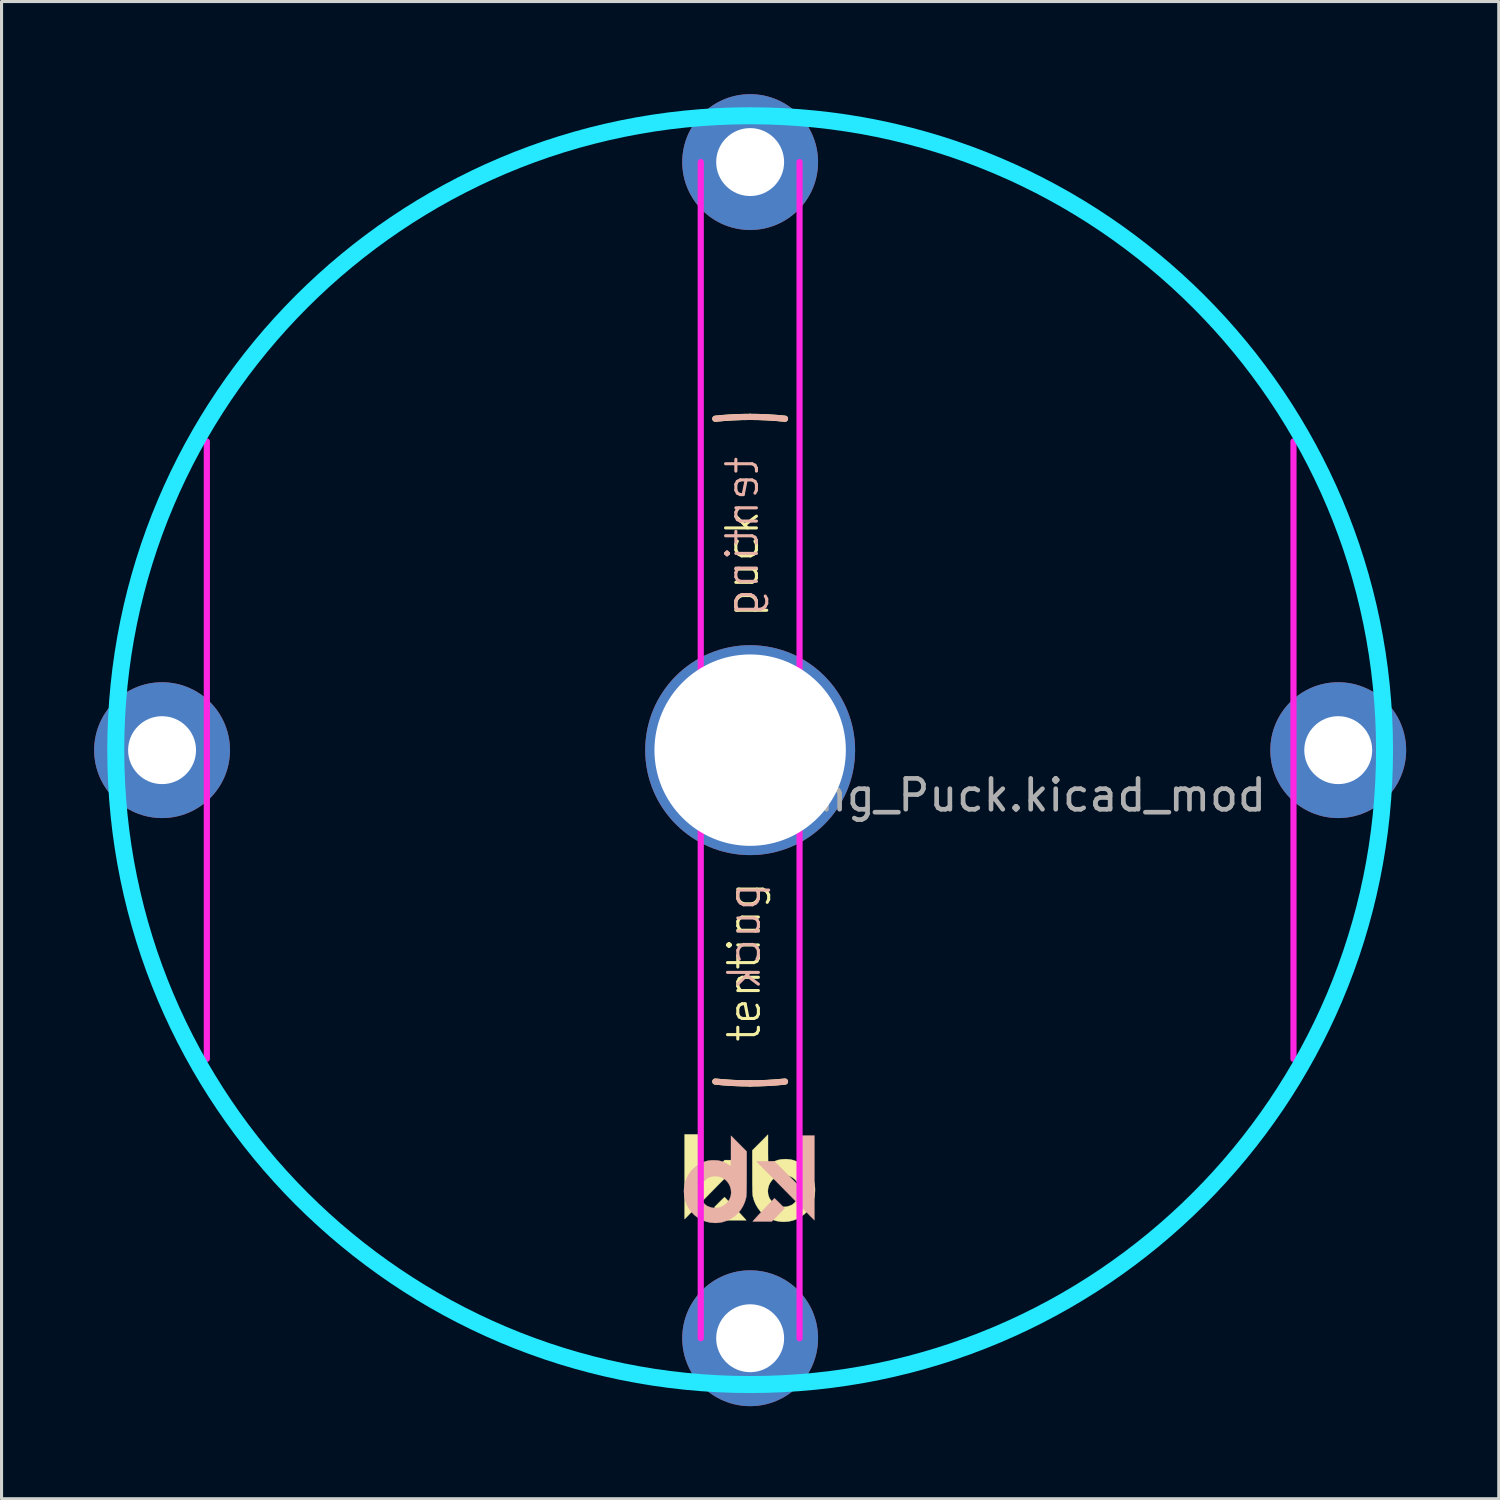
<source format=kicad_pcb>
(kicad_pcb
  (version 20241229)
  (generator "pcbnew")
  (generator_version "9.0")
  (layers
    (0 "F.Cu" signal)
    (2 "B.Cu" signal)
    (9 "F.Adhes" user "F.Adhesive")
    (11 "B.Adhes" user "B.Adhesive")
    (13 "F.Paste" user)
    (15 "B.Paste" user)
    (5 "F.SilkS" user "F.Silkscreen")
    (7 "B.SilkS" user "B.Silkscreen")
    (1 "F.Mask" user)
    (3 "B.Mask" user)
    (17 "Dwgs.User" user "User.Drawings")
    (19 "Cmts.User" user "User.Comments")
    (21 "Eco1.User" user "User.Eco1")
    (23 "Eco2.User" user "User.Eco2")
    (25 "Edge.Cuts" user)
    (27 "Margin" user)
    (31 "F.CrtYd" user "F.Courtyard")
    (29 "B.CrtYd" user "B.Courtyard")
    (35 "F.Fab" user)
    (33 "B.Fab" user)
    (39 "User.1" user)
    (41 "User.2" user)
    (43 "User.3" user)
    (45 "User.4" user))
  (footprint "Tenting_Puck.kicad_mod"
    (layer "F.Cu")
    (at 21.25 21.25)
    (property "Reference" "Tenting_Puck.kicad_mod" (at 7.684 1.46 0) (layer "F.Fab") (effects (font (size 1 1) (thickness 0.15))))
    (attr through_hole)
    (fp_arc (start -20.32 -2.8575) (mid -19.91151 -4.959786) (end -19.286134 -7.008048) (stroke (width 0.2) (type solid)) (layer "F.SilkS"))
    (fp_arc (start -19.286134 7.008047) (mid -19.91151 4.959786) (end -20.32 2.8575) (stroke (width 0.2) (type solid)) (layer "F.SilkS"))
    (fp_arc (start -7.008048 -19.286134) (mid -4.959786 -19.91151) (end -2.8575 -20.32) (stroke (width 0.2) (type solid)) (layer "F.SilkS"))
    (fp_arc (start -2.8575 20.32) (mid -4.959785 19.91151) (end -7.008046 19.286135) (stroke (width 0.2) (type solid)) (layer "F.SilkS"))
    (fp_arc (start -1.128385 -10.735864) (mid -0.564967 -10.780206) (end 0 -10.795) (stroke (width 0.2) (type solid)) (layer "F.SilkS"))
    (fp_arc (start 0 -10.795) (mid 0.564967 -10.780206) (end 1.128385 -10.735864) (stroke (width 0.2) (type solid)) (layer "F.SilkS"))
    (fp_arc (start 0 10.795) (mid -0.564967 10.780206) (end -1.128385 10.735864) (stroke (width 0.2) (type solid)) (layer "F.SilkS"))
    (fp_arc (start 1.128385 10.735864) (mid 0.564967 10.780206) (end 0 10.795) (stroke (width 0.2) (type solid)) (layer "F.SilkS"))
    (fp_arc (start 2.8575 -20.32) (mid 4.959786 -19.91151) (end 7.008047 -19.286134) (stroke (width 0.2) (type solid)) (layer "F.SilkS"))
    (fp_arc (start 7.008047 19.286134) (mid 4.959786 19.91151) (end 2.8575 20.32) (stroke (width 0.2) (type solid)) (layer "F.SilkS"))
    (fp_arc (start 19.286135 -7.008045) (mid 19.91151 -4.959785) (end 20.32 -2.8575) (stroke (width 0.2) (type solid)) (layer "F.SilkS"))
    (fp_arc (start 20.32 2.8575) (mid 19.91151 4.959785) (end 19.286135 7.008046) (stroke (width 0.2) (type solid)) (layer "F.SilkS"))
    (fp_poly (pts (xy -1.627 14.082) (xy -0.824 13.279) (xy -0.535 13.282) (xy -0.247 13.285) (xy -1.094 14.145) (xy -1.212 14.265) (xy -1.327 14.382) (xy -1.437 14.494) (xy -1.542 14.6) (xy -1.64 14.7) (xy -1.731 14.791) (xy -1.811 14.874) (xy -1.882 14.945) (xy -1.941 15.005) (xy -1.987 15.052) (xy -2.019 15.084) (xy -2.032 15.098) (xy -2.123 15.19) (xy -2.123 12.448) (xy -1.627 12.448) (xy -1.627 14.082)) (stroke (width 0.01) (type solid)) (fill yes) (layer "F.SilkS"))
    (fp_poly (pts (xy -0.82 14.488) (xy -0.797 14.511) (xy -0.763 14.547) (xy -0.719 14.593) (xy -0.666 14.647) (xy -0.609 14.708) (xy -0.547 14.773) (xy -0.483 14.841) (xy -0.42 14.908) (xy -0.359 14.973) (xy -0.302 15.034) (xy -0.251 15.089) (xy -0.208 15.135) (xy -0.175 15.171) (xy -0.154 15.194) (xy -0.152 15.197) (xy -0.124 15.231) (xy -0.744 15.231) (xy -0.917 15.055) (xy -0.971 15) (xy -1.021 14.948) (xy -1.065 14.903) (xy -1.099 14.868) (xy -1.121 14.844) (xy -1.124 14.841) (xy -1.158 14.803) (xy -0.997 14.642) (xy -0.948 14.592) (xy -0.903 14.549) (xy -0.867 14.514) (xy -0.842 14.491) (xy -0.829 14.48) (xy -0.829 14.48) (xy -0.82 14.488)) (stroke (width 0.01) (type solid)) (fill yes) (layer "F.SilkS"))
    (fp_poly (pts (xy 0.578 12.948) (xy 0.578 13.052) (xy 0.579 13.149) (xy 0.58 13.236) (xy 0.581 13.31) (xy 0.582 13.37) (xy 0.583 13.413) (xy 0.585 13.437) (xy 0.586 13.441) (xy 0.598 13.435) (xy 0.623 13.419) (xy 0.647 13.401) (xy 0.762 13.331) (xy 0.884 13.282) (xy 1.014 13.254) (xy 1.153 13.247) (xy 1.171 13.248) (xy 1.261 13.255) (xy 1.337 13.267) (xy 1.409 13.286) (xy 1.484 13.315) (xy 1.554 13.348) (xy 1.682 13.423) (xy 1.795 13.515) (xy 1.892 13.622) (xy 1.972 13.743) (xy 2.033 13.874) (xy 2.076 14.016) (xy 2.099 14.167) (xy 2.102 14.256) (xy 2.092 14.409) (xy 2.061 14.553) (xy 2.008 14.693) (xy 1.95 14.8) (xy 1.865 14.92) (xy 1.763 15.025) (xy 1.648 15.113) (xy 1.521 15.184) (xy 1.385 15.236) (xy 1.241 15.268) (xy 1.093 15.279) (xy 0.993 15.275) (xy 0.848 15.25) (xy 0.707 15.204) (xy 0.574 15.138) (xy 0.452 15.054) (xy 0.343 14.954) (xy 0.335 14.944) (xy 0.254 14.84) (xy 0.184 14.722) (xy 0.129 14.596) (xy 0.092 14.469) (xy 0.083 14.423) (xy 0.08 14.394) (xy 0.078 14.344) (xy 0.076 14.294) (xy 0.573 14.294) (xy 0.583 14.391) (xy 0.614 14.485) (xy 0.642 14.539) (xy 0.709 14.628) (xy 0.789 14.699) (xy 0.878 14.751) (xy 0.975 14.784) (xy 1.076 14.797) (xy 1.18 14.789) (xy 1.253 14.769) (xy 1.296 14.753) (xy 1.337 14.736) (xy 1.353 14.728) (xy 1.398 14.697) (xy 1.448 14.651) (xy 1.496 14.595) (xy 1.537 14.537) (xy 1.559 14.498) (xy 1.579 14.454) (xy 1.591 14.415) (xy 1.599 14.373) (xy 1.603 14.318) (xy 1.603 14.313) (xy 1.6 14.205) (xy 1.577 14.107) (xy 1.534 14.014) (xy 1.516 13.985) (xy 1.451 13.908) (xy 1.372 13.845) (xy 1.283 13.8) (xy 1.186 13.772) (xy 1.085 13.763) (xy 0.984 13.773) (xy 0.885 13.803) (xy 0.871 13.81) (xy 0.783 13.863) (xy 0.709 13.931) (xy 0.65 14.011) (xy 0.607 14.101) (xy 0.581 14.196) (xy 0.573 14.294) (xy 0.076 14.294) (xy 0.076 14.274) (xy 0.074 14.185) (xy 0.072 14.078) (xy 0.071 13.955) (xy 0.071 13.818) (xy 0.071 13.668) (xy 0.071 13.656) (xy 0.07 12.964) (xy 0.578 12.454) (xy 0.578 12.948)) (stroke (width 0.01) (type solid)) (fill yes) (layer "F.SilkS"))
    (fp_arc (start -20.32 -2.8575) (mid -19.91151 -4.959784) (end -19.286136 -7.008044) (stroke (width 0.2) (type solid)) (layer "B.SilkS"))
    (fp_arc (start -19.286135 7.008046) (mid -19.91151 4.959785) (end -20.32 2.8575) (stroke (width 0.2) (type solid)) (layer "B.SilkS"))
    (fp_arc (start -7.008046 -19.286135) (mid -4.959785 -19.91151) (end -2.8575 -20.32) (stroke (width 0.2) (type solid)) (layer "B.SilkS"))
    (fp_arc (start -2.8575 20.32) (mid -4.959785 19.91151) (end -7.008045 19.286135) (stroke (width 0.2) (type solid)) (layer "B.SilkS"))
    (fp_arc (start -1.128385 -10.735864) (mid -0.564967 -10.780206) (end 0 -10.795) (stroke (width 0.2) (type solid)) (layer "B.SilkS"))
    (fp_arc (start 0 -10.795) (mid 0.564967 -10.780206) (end 1.128385 -10.735864) (stroke (width 0.2) (type solid)) (layer "B.SilkS"))
    (fp_arc (start 0 10.795) (mid -0.564967 10.780206) (end -1.128385 10.735864) (stroke (width 0.2) (type solid)) (layer "B.SilkS"))
    (fp_arc (start 1.128385 10.735864) (mid 0.564967 10.780206) (end 0 10.795) (stroke (width 0.2) (type solid)) (layer "B.SilkS"))
    (fp_arc (start 2.8575 -20.32) (mid 4.959787 -19.91151) (end 7.008049 -19.286134) (stroke (width 0.2) (type solid)) (layer "B.SilkS"))
    (fp_arc (start 7.008045 19.286135) (mid 4.959785 19.91151) (end 2.8575 20.32) (stroke (width 0.2) (type solid)) (layer "B.SilkS"))
    (fp_arc (start 19.286134 -7.008048) (mid 19.91151 -4.959786) (end 20.32 -2.8575) (stroke (width 0.2) (type solid)) (layer "B.SilkS"))
    (fp_arc (start 20.32 2.8575) (mid 19.91151 4.959786) (end 19.286134 7.008048) (stroke (width 0.2) (type solid)) (layer "B.SilkS"))
    (fp_poly (pts (xy 1.584 14.118) (xy 0.782 13.315) (xy 0.493 13.318) (xy 0.205 13.322) (xy 1.052 14.182) (xy 1.17 14.301) (xy 1.285 14.418) (xy 1.395 14.53) (xy 1.5 14.637) (xy 1.598 14.736) (xy 1.688 14.828) (xy 1.769 14.91) (xy 1.84 14.981) (xy 1.899 15.041) (xy 1.944 15.088) (xy 1.976 15.12) (xy 1.99 15.134) (xy 2.081 15.226) (xy 2.081 12.484) (xy 1.584 12.484) (xy 1.584 14.118)) (stroke (width 0.01) (type solid)) (fill yes) (layer "B.SilkS"))
    (fp_poly (pts (xy 0.778 14.525) (xy 0.755 14.547) (xy 0.721 14.583) (xy 0.676 14.629) (xy 0.624 14.684) (xy 0.566 14.745) (xy 0.505 14.81) (xy 0.441 14.877) (xy 0.378 14.944) (xy 0.316 15.009) (xy 0.259 15.07) (xy 0.208 15.125) (xy 0.166 15.172) (xy 0.133 15.207) (xy 0.112 15.231) (xy 0.11 15.233) (xy 0.082 15.267) (xy 0.702 15.267) (xy 0.875 15.091) (xy 0.929 15.036) (xy 0.979 14.985) (xy 1.023 14.939) (xy 1.057 14.904) (xy 1.079 14.88) (xy 1.082 14.877) (xy 1.116 14.839) (xy 0.955 14.678) (xy 0.905 14.628) (xy 0.861 14.585) (xy 0.825 14.55) (xy 0.799 14.527) (xy 0.787 14.517) (xy 0.787 14.516) (xy 0.778 14.525)) (stroke (width 0.01) (type solid)) (fill yes) (layer "B.SilkS"))
    (fp_poly (pts (xy -0.621 12.984) (xy -0.621 13.088) (xy -0.621 13.185) (xy -0.622 13.272) (xy -0.623 13.346) (xy -0.624 13.406) (xy -0.625 13.45) (xy -0.627 13.473) (xy -0.628 13.477) (xy -0.64 13.471) (xy -0.665 13.455) (xy -0.689 13.438) (xy -0.804 13.367) (xy -0.926 13.318) (xy -1.057 13.29) (xy -1.196 13.284) (xy -1.214 13.284) (xy -1.303 13.291) (xy -1.38 13.303) (xy -1.451 13.322) (xy -1.526 13.351) (xy -1.596 13.384) (xy -1.724 13.459) (xy -1.837 13.551) (xy -1.934 13.658) (xy -2.014 13.779) (xy -2.076 13.911) (xy -2.118 14.053) (xy -2.141 14.203) (xy -2.145 14.293) (xy -2.134 14.445) (xy -2.103 14.59) (xy -2.05 14.729) (xy -1.993 14.836) (xy -1.907 14.956) (xy -1.805 15.061) (xy -1.69 15.149) (xy -1.563 15.22) (xy -1.427 15.272) (xy -1.283 15.304) (xy -1.135 15.316) (xy -1.035 15.311) (xy -0.89 15.286) (xy -0.75 15.24) (xy -0.616 15.174) (xy -0.494 15.09) (xy -0.386 14.99) (xy -0.377 14.981) (xy -0.296 14.876) (xy -0.226 14.758) (xy -0.171 14.632) (xy -0.134 14.505) (xy -0.125 14.459) (xy -0.122 14.43) (xy -0.12 14.38) (xy -0.118 14.33) (xy -0.615 14.33) (xy -0.625 14.428) (xy -0.656 14.522) (xy -0.684 14.576) (xy -0.751 14.664) (xy -0.831 14.735) (xy -0.92 14.787) (xy -1.017 14.82) (xy -1.119 14.833) (xy -1.222 14.825) (xy -1.295 14.805) (xy -1.338 14.789) (xy -1.379 14.772) (xy -1.395 14.764) (xy -1.441 14.733) (xy -1.49 14.687) (xy -1.538 14.632) (xy -1.579 14.573) (xy -1.601 14.534) (xy -1.621 14.49) (xy -1.634 14.452) (xy -1.641 14.409) (xy -1.645 14.354) (xy -1.646 14.349) (xy -1.642 14.241) (xy -1.619 14.144) (xy -1.576 14.05) (xy -1.558 14.022) (xy -1.493 13.944) (xy -1.415 13.882) (xy -1.325 13.836) (xy -1.228 13.808) (xy -1.127 13.799) (xy -1.026 13.809) (xy -0.927 13.84) (xy -0.913 13.846) (xy -0.825 13.899) (xy -0.751 13.967) (xy -0.692 14.047) (xy -0.649 14.137) (xy -0.623 14.232) (xy -0.615 14.33) (xy -0.118 14.33) (xy -0.118 14.31) (xy -0.116 14.221) (xy -0.115 14.114) (xy -0.114 13.991) (xy -0.113 13.854) (xy -0.113 13.704) (xy -0.113 13.692) (xy -0.113 13) (xy -0.62 12.49) (xy -0.621 12.984)) (stroke (width 0.01) (type solid)) (fill yes) (layer "B.SilkS"))
    (fp_circle (center 0 0) (end 20.55 0) (stroke (width 0.55) (type solid)) (fill no) (layer "B.CrtYd"))
    (fp_line (start -17.6 10) (end -17.6 -10) (stroke (width 0.2) (type solid)) (layer "F.CrtYd"))
    (fp_line (start -1.6 19.05) (end -1.6 -19.05) (stroke (width 0.2) (type solid)) (layer "F.CrtYd"))
    (fp_line (start 1.6 19.05) (end 1.6 -19.05) (stroke (width 0.2) (type solid)) (layer "F.CrtYd"))
    (fp_line (start 17.6 10) (end 17.6 -10) (stroke (width 0.2) (type solid)) (layer "F.CrtYd"))
    (fp_text user "puck" (at -0.254 -6.032 90) (layer "F.SilkS") (effects (font (size 1 1) (thickness 0.1))))
    (fp_text user "tenting" (at -0.191 6.858 90) (layer "F.SilkS") (effects (font (size 1 1) (thickness 0.1))))
    (fp_text user "tenting" (at -0.254 -6.921 90) (layer "B.SilkS") (effects (font (size 1 1) (thickness 0.1)) (justify mirror)))
    (fp_text user "puck" (at -0.191 6.032 90) (unlocked yes) (layer "B.SilkS") (effects (font (size 1 1) (thickness 0.1)) (justify mirror)))
    (pad "" thru_hole circle (at 0 0) (size 6.8 6.8) (drill 6.2) (layers "*.Cu" "*.Mask"))
    (pad "1" thru_hole circle (at -19.05 0) (size 4.4 4.4) (drill 2.2) (layers "*.Cu" "*.Mask"))
    (pad "1" thru_hole circle (at 0 -19.05) (size 4.4 4.4) (drill 2.2) (layers "*.Cu" "*.Mask"))
    (pad "1" thru_hole circle (at 0 19.05) (size 4.4 4.4) (drill 2.2) (layers "*.Cu" "*.Mask"))
    (pad "1" thru_hole circle (at 19.05 0) (size 4.4 4.4) (drill 2.2) (layers "*.Cu" "*.Mask")))
  (gr_rect
    (start -3 -3)
    (end 45.5 45.5)
    (stroke (width 0.1) (type default))
    (fill no)
    (layer "Edge.Cuts")))
</source>
